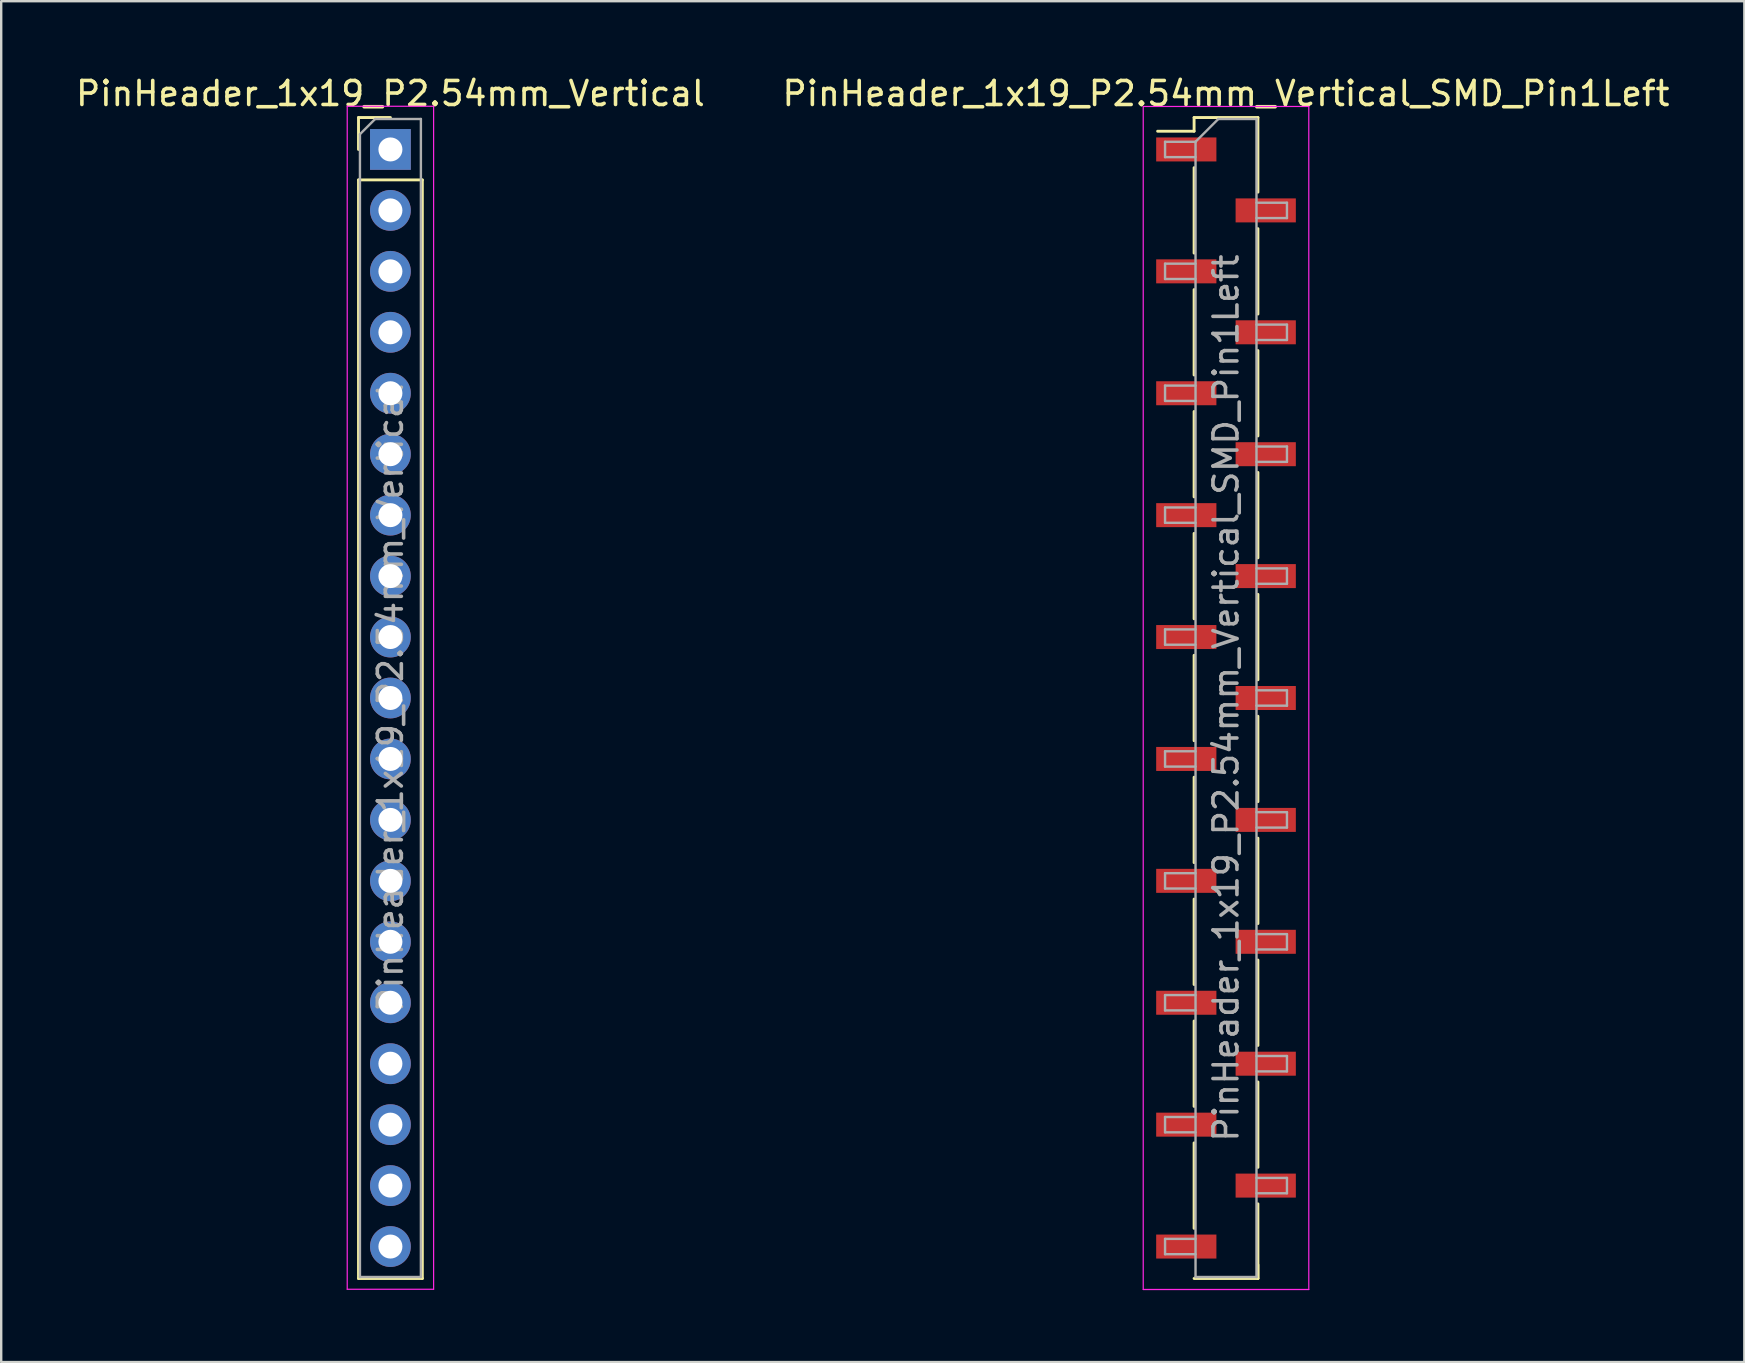
<source format=kicad_pcb>
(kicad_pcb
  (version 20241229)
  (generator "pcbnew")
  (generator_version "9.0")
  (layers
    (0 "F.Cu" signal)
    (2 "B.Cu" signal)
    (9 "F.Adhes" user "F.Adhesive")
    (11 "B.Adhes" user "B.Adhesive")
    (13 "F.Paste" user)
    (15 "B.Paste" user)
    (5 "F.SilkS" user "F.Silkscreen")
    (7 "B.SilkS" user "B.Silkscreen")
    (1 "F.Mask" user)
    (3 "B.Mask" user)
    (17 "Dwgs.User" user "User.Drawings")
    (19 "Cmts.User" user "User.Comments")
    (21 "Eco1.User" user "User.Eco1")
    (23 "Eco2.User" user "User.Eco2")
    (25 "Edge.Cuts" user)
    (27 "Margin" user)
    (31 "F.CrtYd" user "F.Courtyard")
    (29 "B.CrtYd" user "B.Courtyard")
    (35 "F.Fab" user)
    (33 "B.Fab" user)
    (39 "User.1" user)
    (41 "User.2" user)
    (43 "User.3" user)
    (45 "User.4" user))
  (footprint "PinHeader_1x19_P2.54mm_Vertical"
    (layer "F.Cu")
    (at 13.22 3.178)
    (property "Reference" "PinHeader_1x19_P2.54mm_Vertical" (at 0 -2.33 0) (layer "F.SilkS") (effects (font (size 1 1) (thickness 0.15))))
    (attr through_hole)
    (fp_line (start -1.33 -1.33) (end 0 -1.33) (stroke (width 0.12) (type solid)) (layer "F.SilkS"))
    (fp_line (start -1.33 0) (end -1.33 -1.33) (stroke (width 0.12) (type solid)) (layer "F.SilkS"))
    (fp_line (start -1.33 1.27) (end -1.33 47.05) (stroke (width 0.12) (type solid)) (layer "F.SilkS"))
    (fp_line (start -1.33 1.27) (end 1.33 1.27) (stroke (width 0.12) (type solid)) (layer "F.SilkS"))
    (fp_line (start -1.33 47.05) (end 1.33 47.05) (stroke (width 0.12) (type solid)) (layer "F.SilkS"))
    (fp_line (start 1.33 1.27) (end 1.33 47.05) (stroke (width 0.12) (type solid)) (layer "F.SilkS"))
    (fp_line (start -1.8 -1.8) (end -1.8 47.5) (stroke (width 0.05) (type solid)) (layer "F.CrtYd"))
    (fp_line (start -1.8 47.5) (end 1.8 47.5) (stroke (width 0.05) (type solid)) (layer "F.CrtYd"))
    (fp_line (start 1.8 -1.8) (end -1.8 -1.8) (stroke (width 0.05) (type solid)) (layer "F.CrtYd"))
    (fp_line (start 1.8 47.5) (end 1.8 -1.8) (stroke (width 0.05) (type solid)) (layer "F.CrtYd"))
    (fp_line (start -1.27 -0.635) (end -0.635 -1.27) (stroke (width 0.1) (type solid)) (layer "F.Fab"))
    (fp_line (start -1.27 46.99) (end -1.27 -0.635) (stroke (width 0.1) (type solid)) (layer "F.Fab"))
    (fp_line (start -0.635 -1.27) (end 1.27 -1.27) (stroke (width 0.1) (type solid)) (layer "F.Fab"))
    (fp_line (start 1.27 -1.27) (end 1.27 46.99) (stroke (width 0.1) (type solid)) (layer "F.Fab"))
    (fp_line (start 1.27 46.99) (end -1.27 46.99) (stroke (width 0.1) (type solid)) (layer "F.Fab"))
    (fp_text user "${REFERENCE}" (at 0 22.86 90) (layer "F.Fab") (effects (font (size 1 1) (thickness 0.15))))
    (pad "1" thru_hole rect (at 0 0) (size 1.7 1.7) (drill 1) (layers "*.Cu" "*.Mask"))
    (pad "2" thru_hole oval (at 0 2.54) (size 1.7 1.7) (drill 1) (layers "*.Cu" "*.Mask"))
    (pad "3" thru_hole oval (at 0 5.08) (size 1.7 1.7) (drill 1) (layers "*.Cu" "*.Mask"))
    (pad "4" thru_hole oval (at 0 7.62) (size 1.7 1.7) (drill 1) (layers "*.Cu" "*.Mask"))
    (pad "5" thru_hole oval (at 0 10.16) (size 1.7 1.7) (drill 1) (layers "*.Cu" "*.Mask"))
    (pad "6" thru_hole oval (at 0 12.7) (size 1.7 1.7) (drill 1) (layers "*.Cu" "*.Mask"))
    (pad "7" thru_hole oval (at 0 15.24) (size 1.7 1.7) (drill 1) (layers "*.Cu" "*.Mask"))
    (pad "8" thru_hole oval (at 0 17.78) (size 1.7 1.7) (drill 1) (layers "*.Cu" "*.Mask"))
    (pad "9" thru_hole oval (at 0 20.32) (size 1.7 1.7) (drill 1) (layers "*.Cu" "*.Mask"))
    (pad "10" thru_hole oval (at 0 22.86) (size 1.7 1.7) (drill 1) (layers "*.Cu" "*.Mask"))
    (pad "11" thru_hole oval (at 0 25.4) (size 1.7 1.7) (drill 1) (layers "*.Cu" "*.Mask"))
    (pad "12" thru_hole oval (at 0 27.94) (size 1.7 1.7) (drill 1) (layers "*.Cu" "*.Mask"))
    (pad "13" thru_hole oval (at 0 30.48) (size 1.7 1.7) (drill 1) (layers "*.Cu" "*.Mask"))
    (pad "14" thru_hole oval (at 0 33.02) (size 1.7 1.7) (drill 1) (layers "*.Cu" "*.Mask"))
    (pad "15" thru_hole oval (at 0 35.56) (size 1.7 1.7) (drill 1) (layers "*.Cu" "*.Mask"))
    (pad "16" thru_hole oval (at 0 38.1) (size 1.7 1.7) (drill 1) (layers "*.Cu" "*.Mask"))
    (pad "17" thru_hole oval (at 0 40.64) (size 1.7 1.7) (drill 1) (layers "*.Cu" "*.Mask"))
    (pad "18" thru_hole oval (at 0 43.18) (size 1.7 1.7) (drill 1) (layers "*.Cu" "*.Mask"))
    (pad "19" thru_hole oval (at 0 45.72) (size 1.7 1.7) (drill 1) (layers "*.Cu" "*.Mask")))
  (footprint "PinHeader_1x19_P2.54mm_Vertical_SMD_Pin1Left"
    (layer "F.Cu")
    (at 48.042 26.038)
    (property "Reference" "PinHeader_1x19_P2.54mm_Vertical_SMD_Pin1Left" (at 0 -25.19 0) (layer "F.SilkS") (effects (font (size 1 1) (thickness 0.15))))
    (attr smd)
    (fp_line (start -1.33 -24.19) (end -1.33 -23.62) (stroke (width 0.12) (type solid)) (layer "F.SilkS"))
    (fp_line (start -1.33 -24.19) (end 1.33 -24.19) (stroke (width 0.12) (type solid)) (layer "F.SilkS"))
    (fp_line (start -1.33 -23.62) (end -2.85 -23.62) (stroke (width 0.12) (type solid)) (layer "F.SilkS"))
    (fp_line (start -1.33 -22.1) (end -1.33 -18.54) (stroke (width 0.12) (type solid)) (layer "F.SilkS"))
    (fp_line (start -1.33 -17.02) (end -1.33 -13.46) (stroke (width 0.12) (type solid)) (layer "F.SilkS"))
    (fp_line (start -1.33 -11.94) (end -1.33 -8.38) (stroke (width 0.12) (type solid)) (layer "F.SilkS"))
    (fp_line (start -1.33 -6.86) (end -1.33 -3.3) (stroke (width 0.12) (type solid)) (layer "F.SilkS"))
    (fp_line (start -1.33 -1.78) (end -1.33 1.78) (stroke (width 0.12) (type solid)) (layer "F.SilkS"))
    (fp_line (start -1.33 3.3) (end -1.33 6.86) (stroke (width 0.12) (type solid)) (layer "F.SilkS"))
    (fp_line (start -1.33 8.38) (end -1.33 11.94) (stroke (width 0.12) (type solid)) (layer "F.SilkS"))
    (fp_line (start -1.33 13.46) (end -1.33 17.02) (stroke (width 0.12) (type solid)) (layer "F.SilkS"))
    (fp_line (start -1.33 18.54) (end -1.33 22.1) (stroke (width 0.12) (type solid)) (layer "F.SilkS"))
    (fp_line (start -1.33 24.19) (end 1.33 24.19) (stroke (width 0.12) (type solid)) (layer "F.SilkS"))
    (fp_line (start 1.33 -24.19) (end 1.33 -21.08) (stroke (width 0.12) (type solid)) (layer "F.SilkS"))
    (fp_line (start 1.33 -19.56) (end 1.33 -16) (stroke (width 0.12) (type solid)) (layer "F.SilkS"))
    (fp_line (start 1.33 -14.48) (end 1.33 -10.92) (stroke (width 0.12) (type solid)) (layer "F.SilkS"))
    (fp_line (start 1.33 -9.4) (end 1.33 -5.84) (stroke (width 0.12) (type solid)) (layer "F.SilkS"))
    (fp_line (start 1.33 -4.32) (end 1.33 -0.76) (stroke (width 0.12) (type solid)) (layer "F.SilkS"))
    (fp_line (start 1.33 0.76) (end 1.33 4.32) (stroke (width 0.12) (type solid)) (layer "F.SilkS"))
    (fp_line (start 1.33 5.84) (end 1.33 9.4) (stroke (width 0.12) (type solid)) (layer "F.SilkS"))
    (fp_line (start 1.33 10.92) (end 1.33 14.48) (stroke (width 0.12) (type solid)) (layer "F.SilkS"))
    (fp_line (start 1.33 16) (end 1.33 19.56) (stroke (width 0.12) (type solid)) (layer "F.SilkS"))
    (fp_line (start 1.33 21.08) (end 1.33 24.19) (stroke (width 0.12) (type solid)) (layer "F.SilkS"))
    (fp_line (start 1.33 23.62) (end 1.33 24.19) (stroke (width 0.12) (type solid)) (layer "F.SilkS"))
    (fp_line (start -3.45 -24.65) (end -3.45 24.65) (stroke (width 0.05) (type solid)) (layer "F.CrtYd"))
    (fp_line (start -3.45 24.65) (end 3.45 24.65) (stroke (width 0.05) (type solid)) (layer "F.CrtYd"))
    (fp_line (start 3.45 -24.65) (end -3.45 -24.65) (stroke (width 0.05) (type solid)) (layer "F.CrtYd"))
    (fp_line (start 3.45 24.65) (end 3.45 -24.65) (stroke (width 0.05) (type solid)) (layer "F.CrtYd"))
    (fp_line (start -2.54 -23.18) (end -2.54 -22.54) (stroke (width 0.1) (type solid)) (layer "F.Fab"))
    (fp_line (start -2.54 -22.54) (end -1.27 -22.54) (stroke (width 0.1) (type solid)) (layer "F.Fab"))
    (fp_line (start -2.54 -18.1) (end -2.54 -17.46) (stroke (width 0.1) (type solid)) (layer "F.Fab"))
    (fp_line (start -2.54 -17.46) (end -1.27 -17.46) (stroke (width 0.1) (type solid)) (layer "F.Fab"))
    (fp_line (start -2.54 -13.02) (end -2.54 -12.38) (stroke (width 0.1) (type solid)) (layer "F.Fab"))
    (fp_line (start -2.54 -12.38) (end -1.27 -12.38) (stroke (width 0.1) (type solid)) (layer "F.Fab"))
    (fp_line (start -2.54 -7.94) (end -2.54 -7.3) (stroke (width 0.1) (type solid)) (layer "F.Fab"))
    (fp_line (start -2.54 -7.3) (end -1.27 -7.3) (stroke (width 0.1) (type solid)) (layer "F.Fab"))
    (fp_line (start -2.54 -2.86) (end -2.54 -2.22) (stroke (width 0.1) (type solid)) (layer "F.Fab"))
    (fp_line (start -2.54 -2.22) (end -1.27 -2.22) (stroke (width 0.1) (type solid)) (layer "F.Fab"))
    (fp_line (start -2.54 2.22) (end -2.54 2.86) (stroke (width 0.1) (type solid)) (layer "F.Fab"))
    (fp_line (start -2.54 2.86) (end -1.27 2.86) (stroke (width 0.1) (type solid)) (layer "F.Fab"))
    (fp_line (start -2.54 7.3) (end -2.54 7.94) (stroke (width 0.1) (type solid)) (layer "F.Fab"))
    (fp_line (start -2.54 7.94) (end -1.27 7.94) (stroke (width 0.1) (type solid)) (layer "F.Fab"))
    (fp_line (start -2.54 12.38) (end -2.54 13.02) (stroke (width 0.1) (type solid)) (layer "F.Fab"))
    (fp_line (start -2.54 13.02) (end -1.27 13.02) (stroke (width 0.1) (type solid)) (layer "F.Fab"))
    (fp_line (start -2.54 17.46) (end -2.54 18.1) (stroke (width 0.1) (type solid)) (layer "F.Fab"))
    (fp_line (start -2.54 18.1) (end -1.27 18.1) (stroke (width 0.1) (type solid)) (layer "F.Fab"))
    (fp_line (start -2.54 22.54) (end -2.54 23.18) (stroke (width 0.1) (type solid)) (layer "F.Fab"))
    (fp_line (start -2.54 23.18) (end -1.27 23.18) (stroke (width 0.1) (type solid)) (layer "F.Fab"))
    (fp_line (start -1.27 -23.18) (end -2.54 -23.18) (stroke (width 0.1) (type solid)) (layer "F.Fab"))
    (fp_line (start -1.27 -23.18) (end -0.32 -24.13) (stroke (width 0.1) (type solid)) (layer "F.Fab"))
    (fp_line (start -1.27 -18.1) (end -2.54 -18.1) (stroke (width 0.1) (type solid)) (layer "F.Fab"))
    (fp_line (start -1.27 -13.02) (end -2.54 -13.02) (stroke (width 0.1) (type solid)) (layer "F.Fab"))
    (fp_line (start -1.27 -7.94) (end -2.54 -7.94) (stroke (width 0.1) (type solid)) (layer "F.Fab"))
    (fp_line (start -1.27 -2.86) (end -2.54 -2.86) (stroke (width 0.1) (type solid)) (layer "F.Fab"))
    (fp_line (start -1.27 2.22) (end -2.54 2.22) (stroke (width 0.1) (type solid)) (layer "F.Fab"))
    (fp_line (start -1.27 7.3) (end -2.54 7.3) (stroke (width 0.1) (type solid)) (layer "F.Fab"))
    (fp_line (start -1.27 12.38) (end -2.54 12.38) (stroke (width 0.1) (type solid)) (layer "F.Fab"))
    (fp_line (start -1.27 17.46) (end -2.54 17.46) (stroke (width 0.1) (type solid)) (layer "F.Fab"))
    (fp_line (start -1.27 22.54) (end -2.54 22.54) (stroke (width 0.1) (type solid)) (layer "F.Fab"))
    (fp_line (start -1.27 24.13) (end -1.27 -23.18) (stroke (width 0.1) (type solid)) (layer "F.Fab"))
    (fp_line (start -0.32 -24.13) (end 1.27 -24.13) (stroke (width 0.1) (type solid)) (layer "F.Fab"))
    (fp_line (start 1.27 -24.13) (end 1.27 24.13) (stroke (width 0.1) (type solid)) (layer "F.Fab"))
    (fp_line (start 1.27 -20.64) (end 2.54 -20.64) (stroke (width 0.1) (type solid)) (layer "F.Fab"))
    (fp_line (start 1.27 -15.56) (end 2.54 -15.56) (stroke (width 0.1) (type solid)) (layer "F.Fab"))
    (fp_line (start 1.27 -10.48) (end 2.54 -10.48) (stroke (width 0.1) (type solid)) (layer "F.Fab"))
    (fp_line (start 1.27 -5.4) (end 2.54 -5.4) (stroke (width 0.1) (type solid)) (layer "F.Fab"))
    (fp_line (start 1.27 -0.32) (end 2.54 -0.32) (stroke (width 0.1) (type solid)) (layer "F.Fab"))
    (fp_line (start 1.27 4.76) (end 2.54 4.76) (stroke (width 0.1) (type solid)) (layer "F.Fab"))
    (fp_line (start 1.27 9.84) (end 2.54 9.84) (stroke (width 0.1) (type solid)) (layer "F.Fab"))
    (fp_line (start 1.27 14.92) (end 2.54 14.92) (stroke (width 0.1) (type solid)) (layer "F.Fab"))
    (fp_line (start 1.27 20) (end 2.54 20) (stroke (width 0.1) (type solid)) (layer "F.Fab"))
    (fp_line (start 1.27 24.13) (end -1.27 24.13) (stroke (width 0.1) (type solid)) (layer "F.Fab"))
    (fp_line (start 2.54 -20.64) (end 2.54 -20) (stroke (width 0.1) (type solid)) (layer "F.Fab"))
    (fp_line (start 2.54 -20) (end 1.27 -20) (stroke (width 0.1) (type solid)) (layer "F.Fab"))
    (fp_line (start 2.54 -15.56) (end 2.54 -14.92) (stroke (width 0.1) (type solid)) (layer "F.Fab"))
    (fp_line (start 2.54 -14.92) (end 1.27 -14.92) (stroke (width 0.1) (type solid)) (layer "F.Fab"))
    (fp_line (start 2.54 -10.48) (end 2.54 -9.84) (stroke (width 0.1) (type solid)) (layer "F.Fab"))
    (fp_line (start 2.54 -9.84) (end 1.27 -9.84) (stroke (width 0.1) (type solid)) (layer "F.Fab"))
    (fp_line (start 2.54 -5.4) (end 2.54 -4.76) (stroke (width 0.1) (type solid)) (layer "F.Fab"))
    (fp_line (start 2.54 -4.76) (end 1.27 -4.76) (stroke (width 0.1) (type solid)) (layer "F.Fab"))
    (fp_line (start 2.54 -0.32) (end 2.54 0.32) (stroke (width 0.1) (type solid)) (layer "F.Fab"))
    (fp_line (start 2.54 0.32) (end 1.27 0.32) (stroke (width 0.1) (type solid)) (layer "F.Fab"))
    (fp_line (start 2.54 4.76) (end 2.54 5.4) (stroke (width 0.1) (type solid)) (layer "F.Fab"))
    (fp_line (start 2.54 5.4) (end 1.27 5.4) (stroke (width 0.1) (type solid)) (layer "F.Fab"))
    (fp_line (start 2.54 9.84) (end 2.54 10.48) (stroke (width 0.1) (type solid)) (layer "F.Fab"))
    (fp_line (start 2.54 10.48) (end 1.27 10.48) (stroke (width 0.1) (type solid)) (layer "F.Fab"))
    (fp_line (start 2.54 14.92) (end 2.54 15.56) (stroke (width 0.1) (type solid)) (layer "F.Fab"))
    (fp_line (start 2.54 15.56) (end 1.27 15.56) (stroke (width 0.1) (type solid)) (layer "F.Fab"))
    (fp_line (start 2.54 20) (end 2.54 20.64) (stroke (width 0.1) (type solid)) (layer "F.Fab"))
    (fp_line (start 2.54 20.64) (end 1.27 20.64) (stroke (width 0.1) (type solid)) (layer "F.Fab"))
    (fp_text user "${REFERENCE}" (at 0 0 90) (layer "F.Fab") (effects (font (size 1 1) (thickness 0.15))))
    (pad "1" smd rect (at -1.655 -22.86) (size 2.51 1) (layers "F.Cu" "F.Mask" "F.Paste"))
    (pad "2" smd rect (at 1.655 -20.32) (size 2.51 1) (layers "F.Cu" "F.Mask" "F.Paste"))
    (pad "3" smd rect (at -1.655 -17.78) (size 2.51 1) (layers "F.Cu" "F.Mask" "F.Paste"))
    (pad "4" smd rect (at 1.655 -15.24) (size 2.51 1) (layers "F.Cu" "F.Mask" "F.Paste"))
    (pad "5" smd rect (at -1.655 -12.7) (size 2.51 1) (layers "F.Cu" "F.Mask" "F.Paste"))
    (pad "6" smd rect (at 1.655 -10.16) (size 2.51 1) (layers "F.Cu" "F.Mask" "F.Paste"))
    (pad "7" smd rect (at -1.655 -7.62) (size 2.51 1) (layers "F.Cu" "F.Mask" "F.Paste"))
    (pad "8" smd rect (at 1.655 -5.08) (size 2.51 1) (layers "F.Cu" "F.Mask" "F.Paste"))
    (pad "9" smd rect (at -1.655 -2.54) (size 2.51 1) (layers "F.Cu" "F.Mask" "F.Paste"))
    (pad "10" smd rect (at 1.655 0) (size 2.51 1) (layers "F.Cu" "F.Mask" "F.Paste"))
    (pad "11" smd rect (at -1.655 2.54) (size 2.51 1) (layers "F.Cu" "F.Mask" "F.Paste"))
    (pad "12" smd rect (at 1.655 5.08) (size 2.51 1) (layers "F.Cu" "F.Mask" "F.Paste"))
    (pad "13" smd rect (at -1.655 7.62) (size 2.51 1) (layers "F.Cu" "F.Mask" "F.Paste"))
    (pad "14" smd rect (at 1.655 10.16) (size 2.51 1) (layers "F.Cu" "F.Mask" "F.Paste"))
    (pad "15" smd rect (at -1.655 12.7) (size 2.51 1) (layers "F.Cu" "F.Mask" "F.Paste"))
    (pad "16" smd rect (at 1.655 15.24) (size 2.51 1) (layers "F.Cu" "F.Mask" "F.Paste"))
    (pad "17" smd rect (at -1.655 17.78) (size 2.51 1) (layers "F.Cu" "F.Mask" "F.Paste"))
    (pad "18" smd rect (at 1.655 20.32) (size 2.51 1) (layers "F.Cu" "F.Mask" "F.Paste"))
    (pad "19" smd rect (at -1.655 22.86) (size 2.51 1) (layers "F.Cu" "F.Mask" "F.Paste")))
  (gr_rect
    (start -3 -3)
    (end 69.643 53.713)
    (stroke (width 0.1) (type default))
    (fill no)
    (layer "Edge.Cuts")))
</source>
